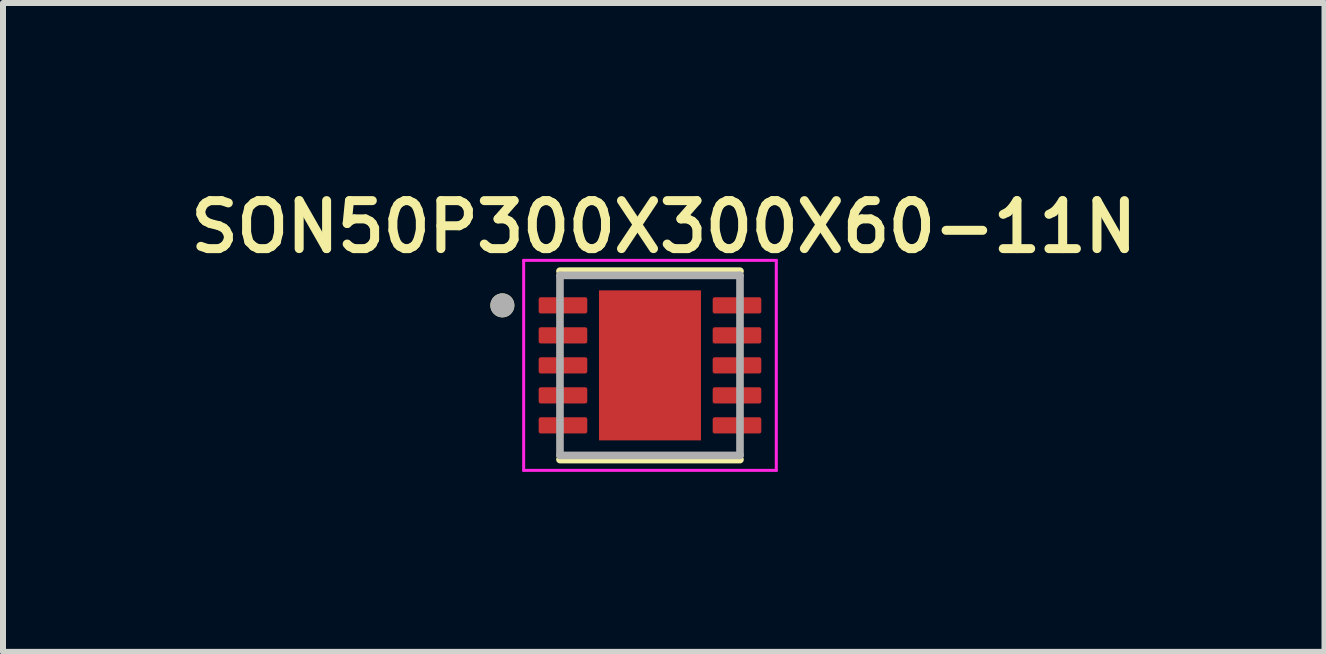
<source format=kicad_pcb>
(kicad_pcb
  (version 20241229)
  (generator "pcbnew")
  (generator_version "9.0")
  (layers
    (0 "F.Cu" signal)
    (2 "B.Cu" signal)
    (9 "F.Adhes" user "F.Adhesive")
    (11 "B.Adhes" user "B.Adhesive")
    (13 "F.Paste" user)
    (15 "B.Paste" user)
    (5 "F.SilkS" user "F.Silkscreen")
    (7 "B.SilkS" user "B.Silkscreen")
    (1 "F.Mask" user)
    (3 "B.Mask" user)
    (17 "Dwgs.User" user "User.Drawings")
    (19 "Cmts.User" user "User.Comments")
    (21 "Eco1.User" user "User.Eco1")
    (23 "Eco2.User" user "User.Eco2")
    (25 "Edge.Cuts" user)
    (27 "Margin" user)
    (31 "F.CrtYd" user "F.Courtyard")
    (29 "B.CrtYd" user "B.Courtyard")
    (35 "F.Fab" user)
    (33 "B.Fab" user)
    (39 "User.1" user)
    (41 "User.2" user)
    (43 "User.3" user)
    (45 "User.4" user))
  (footprint "SON50P300X300X60-11N"
    (layer "F.Cu")
    (at 7.782 3.039)
    (property "Reference" "SON50P300X300X60-11N" (at 0.23 -2.308 0) (layer "F.SilkS") (effects (font (size 0.8 0.8) (thickness 0.15))))
    (attr smd)
    (fp_line (start -1.5 -1.57) (end 1.5 -1.57) (stroke (width 0.127) (type solid)) (layer "F.SilkS"))
    (fp_line (start -1.5 1.57) (end 1.5 1.57) (stroke (width 0.127) (type solid)) (layer "F.SilkS"))
    (fp_circle (center -2.46 -1) (end -2.36 -1) (stroke (width 0.2) (type solid)) (fill no) (layer "F.SilkS"))
    (fp_poly (pts (xy -0.54 -0.79) (xy 0.54 -0.79) (xy 0.54 0.79) (xy -0.54 0.79)) (stroke (width 0.01) (type solid)) (fill yes) (layer "F.Paste"))
    (fp_line (start -2.105 -1.75) (end -2.105 1.75) (stroke (width 0.05) (type solid)) (layer "F.CrtYd"))
    (fp_line (start -2.105 -1.75) (end 2.105 -1.75) (stroke (width 0.05) (type solid)) (layer "F.CrtYd"))
    (fp_line (start -2.105 1.75) (end 2.105 1.75) (stroke (width 0.05) (type solid)) (layer "F.CrtYd"))
    (fp_line (start 2.105 -1.75) (end 2.105 1.75) (stroke (width 0.05) (type solid)) (layer "F.CrtYd"))
    (fp_line (start -1.5 -1.5) (end -1.5 1.5) (stroke (width 0.127) (type solid)) (layer "F.Fab"))
    (fp_line (start -1.5 -1.5) (end 1.5 -1.5) (stroke (width 0.127) (type solid)) (layer "F.Fab"))
    (fp_line (start -1.5 1.5) (end 1.5 1.5) (stroke (width 0.127) (type solid)) (layer "F.Fab"))
    (fp_line (start 1.5 -1.5) (end 1.5 1.5) (stroke (width 0.127) (type solid)) (layer "F.Fab"))
    (fp_circle (center -2.46 -1) (end -2.36 -1) (stroke (width 0.2) (type solid)) (fill no) (layer "F.Fab"))
    (pad "1" smd roundrect (at -1.45 -1) (size 0.81 0.27) (layers "F.Cu" "F.Mask" "F.Paste") (roundrect_rratio 0.125))
    (pad "2" smd roundrect (at -1.45 -0.5) (size 0.81 0.27) (layers "F.Cu" "F.Mask" "F.Paste") (roundrect_rratio 0.125))
    (pad "3" smd roundrect (at -1.45 0) (size 0.81 0.27) (layers "F.Cu" "F.Mask" "F.Paste") (roundrect_rratio 0.125))
    (pad "4" smd roundrect (at -1.45 0.5) (size 0.81 0.27) (layers "F.Cu" "F.Mask" "F.Paste") (roundrect_rratio 0.125))
    (pad "5" smd roundrect (at -1.45 1) (size 0.81 0.27) (layers "F.Cu" "F.Mask" "F.Paste") (roundrect_rratio 0.125))
    (pad "6" smd roundrect (at 1.45 1) (size 0.81 0.27) (layers "F.Cu" "F.Mask" "F.Paste") (roundrect_rratio 0.125))
    (pad "7" smd roundrect (at 1.45 0.5) (size 0.81 0.27) (layers "F.Cu" "F.Mask" "F.Paste") (roundrect_rratio 0.125))
    (pad "8" smd roundrect (at 1.45 0) (size 0.81 0.27) (layers "F.Cu" "F.Mask" "F.Paste") (roundrect_rratio 0.125))
    (pad "9" smd roundrect (at 1.45 -0.5) (size 0.81 0.27) (layers "F.Cu" "F.Mask" "F.Paste") (roundrect_rratio 0.125))
    (pad "10" smd roundrect (at 1.45 -1) (size 0.81 0.27) (layers "F.Cu" "F.Mask" "F.Paste") (roundrect_rratio 0.125))
    (pad "11" smd rect (at 0 0) (size 1.7 2.5) (layers "F.Cu" "F.Mask")))
  (gr_rect
    (start -3 -3)
    (end 19.023 7.814)
    (stroke (width 0.1) (type default))
    (fill no)
    (layer "Edge.Cuts")))
</source>
